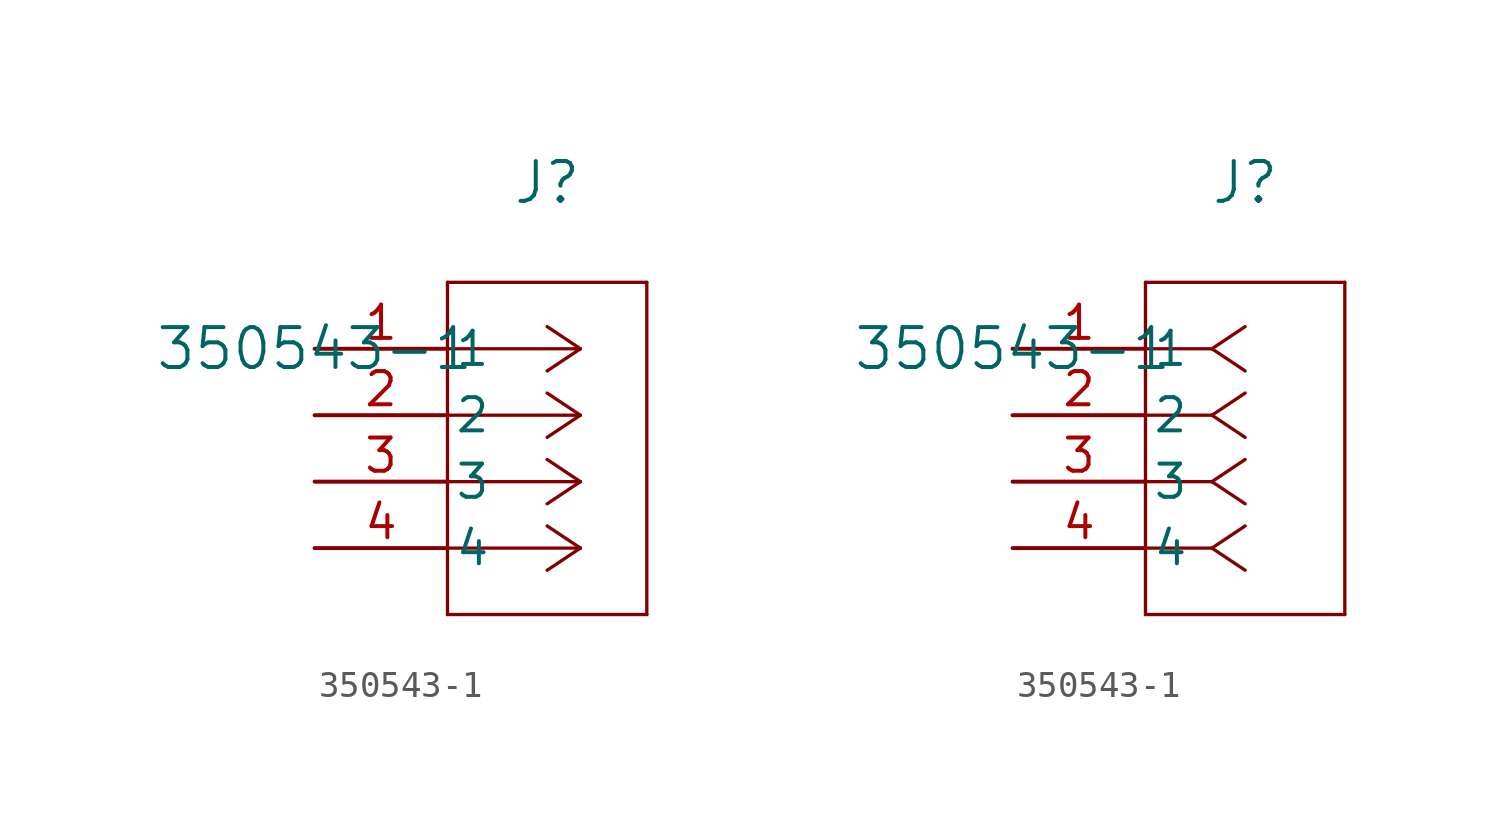
<source format=kicad_sym>
(kicad_symbol_lib
  (version 20211014)
  (generator kicad_symbol_editor)
  (symbol "350543-1"
    (pin_names
      (offset 0.254))
    (property "Reference" "J"
      (at 8.89 6.35 0)
      (effects (font (size 1.524 1.524))))
    (property "Value" "350543-1"
      (at 0 0 0)
      (effects (font (size 1.524 1.524))))
    (symbol "350543-1_1_1"
      (polyline (pts (xy 10.16 0) (xy 5.08 0)) (stroke (width 0.127) (type default) (color 0 0 0 0)) (fill (type none)))
      (polyline (pts (xy 10.16 -2.54) (xy 5.08 -2.54)) (stroke (width 0.127) (type default) (color 0 0 0 0)) (fill (type none)))
      (polyline (pts (xy 10.16 -5.08) (xy 5.08 -5.08)) (stroke (width 0.127) (type default) (color 0 0 0 0)) (fill (type none)))
      (polyline (pts (xy 10.16 -7.62) (xy 5.08 -7.62)) (stroke (width 0.127) (type default) (color 0 0 0 0)) (fill (type none)))
      (polyline (pts (xy 10.16 0) (xy 8.89 0.847)) (stroke (width 0.127) (type default) (color 0 0 0 0)) (fill (type none)))
      (polyline (pts (xy 10.16 -2.54) (xy 8.89 -1.693)) (stroke (width 0.127) (type default) (color 0 0 0 0)) (fill (type none)))
      (polyline (pts (xy 10.16 -5.08) (xy 8.89 -4.233)) (stroke (width 0.127) (type default) (color 0 0 0 0)) (fill (type none)))
      (polyline (pts (xy 10.16 -7.62) (xy 8.89 -6.773)) (stroke (width 0.127) (type default) (color 0 0 0 0)) (fill (type none)))
      (polyline (pts (xy 10.16 0) (xy 8.89 -0.847)) (stroke (width 0.127) (type default) (color 0 0 0 0)) (fill (type none)))
      (polyline (pts (xy 10.16 -2.54) (xy 8.89 -3.387)) (stroke (width 0.127) (type default) (color 0 0 0 0)) (fill (type none)))
      (polyline (pts (xy 10.16 -5.08) (xy 8.89 -5.927)) (stroke (width 0.127) (type default) (color 0 0 0 0)) (fill (type none)))
      (polyline (pts (xy 10.16 -7.62) (xy 8.89 -8.467)) (stroke (width 0.127) (type default) (color 0 0 0 0)) (fill (type none)))
      (polyline (pts (xy 5.08 2.54) (xy 5.08 -10.16)) (stroke (width 0.127) (type default) (color 0 0 0 0)) (fill (type none)))
      (polyline (pts (xy 5.08 -10.16) (xy 12.7 -10.16)) (stroke (width 0.127) (type default) (color 0 0 0 0)) (fill (type none)))
      (polyline (pts (xy 12.7 -10.16) (xy 12.7 2.54)) (stroke (width 0.127) (type default) (color 0 0 0 0)) (fill (type none)))
      (polyline (pts (xy 12.7 2.54) (xy 5.08 2.54)) (stroke (width 0.127) (type default) (color 0 0 0 0)) (fill (type none)))
      (pin unspecified line (at 0 0 0) (length 5.08) (name "1" (effects (font (size 1.27 1.27)))) (number "1" (effects (font (size 1.27 1.27)))))
      (pin unspecified line (at 0 -2.54 0) (length 5.08) (name "2" (effects (font (size 1.27 1.27)))) (number "2" (effects (font (size 1.27 1.27)))))
      (pin unspecified line (at 0 -5.08 0) (length 5.08) (name "3" (effects (font (size 1.27 1.27)))) (number "3" (effects (font (size 1.27 1.27)))))
      (pin unspecified line (at 0 -7.62 0) (length 5.08) (name "4" (effects (font (size 1.27 1.27)))) (number "4" (effects (font (size 1.27 1.27))))))
    (symbol "350543-1_1_2"
      (polyline (pts (xy 7.62 0) (xy 5.08 0)) (stroke (width 0.127) (type default) (color 0 0 0 0)) (fill (type none)))
      (polyline (pts (xy 7.62 -2.54) (xy 5.08 -2.54)) (stroke (width 0.127) (type default) (color 0 0 0 0)) (fill (type none)))
      (polyline (pts (xy 7.62 -5.08) (xy 5.08 -5.08)) (stroke (width 0.127) (type default) (color 0 0 0 0)) (fill (type none)))
      (polyline (pts (xy 7.62 -7.62) (xy 5.08 -7.62)) (stroke (width 0.127) (type default) (color 0 0 0 0)) (fill (type none)))
      (polyline (pts (xy 7.62 0) (xy 8.89 0.847)) (stroke (width 0.127) (type default) (color 0 0 0 0)) (fill (type none)))
      (polyline (pts (xy 7.62 -2.54) (xy 8.89 -1.693)) (stroke (width 0.127) (type default) (color 0 0 0 0)) (fill (type none)))
      (polyline (pts (xy 7.62 -5.08) (xy 8.89 -4.233)) (stroke (width 0.127) (type default) (color 0 0 0 0)) (fill (type none)))
      (polyline (pts (xy 7.62 -7.62) (xy 8.89 -6.773)) (stroke (width 0.127) (type default) (color 0 0 0 0)) (fill (type none)))
      (polyline (pts (xy 7.62 0) (xy 8.89 -0.847)) (stroke (width 0.127) (type default) (color 0 0 0 0)) (fill (type none)))
      (polyline (pts (xy 7.62 -2.54) (xy 8.89 -3.387)) (stroke (width 0.127) (type default) (color 0 0 0 0)) (fill (type none)))
      (polyline (pts (xy 7.62 -5.08) (xy 8.89 -5.927)) (stroke (width 0.127) (type default) (color 0 0 0 0)) (fill (type none)))
      (polyline (pts (xy 7.62 -7.62) (xy 8.89 -8.467)) (stroke (width 0.127) (type default) (color 0 0 0 0)) (fill (type none)))
      (polyline (pts (xy 5.08 2.54) (xy 5.08 -10.16)) (stroke (width 0.127) (type default) (color 0 0 0 0)) (fill (type none)))
      (polyline (pts (xy 5.08 -10.16) (xy 12.7 -10.16)) (stroke (width 0.127) (type default) (color 0 0 0 0)) (fill (type none)))
      (polyline (pts (xy 12.7 -10.16) (xy 12.7 2.54)) (stroke (width 0.127) (type default) (color 0 0 0 0)) (fill (type none)))
      (polyline (pts (xy 12.7 2.54) (xy 5.08 2.54)) (stroke (width 0.127) (type default) (color 0 0 0 0)) (fill (type none)))
      (pin unspecified line (at 0 0 0) (length 5.08) (name "1" (effects (font (size 1.27 1.27)))) (number "1" (effects (font (size 1.27 1.27)))))
      (pin unspecified line (at 0 -2.54 0) (length 5.08) (name "2" (effects (font (size 1.27 1.27)))) (number "2" (effects (font (size 1.27 1.27)))))
      (pin unspecified line (at 0 -5.08 0) (length 5.08) (name "3" (effects (font (size 1.27 1.27)))) (number "3" (effects (font (size 1.27 1.27)))))
      (pin unspecified line (at 0 -7.62 0) (length 5.08) (name "4" (effects (font (size 1.27 1.27)))) (number "4" (effects (font (size 1.27 1.27))))))))
</source>
